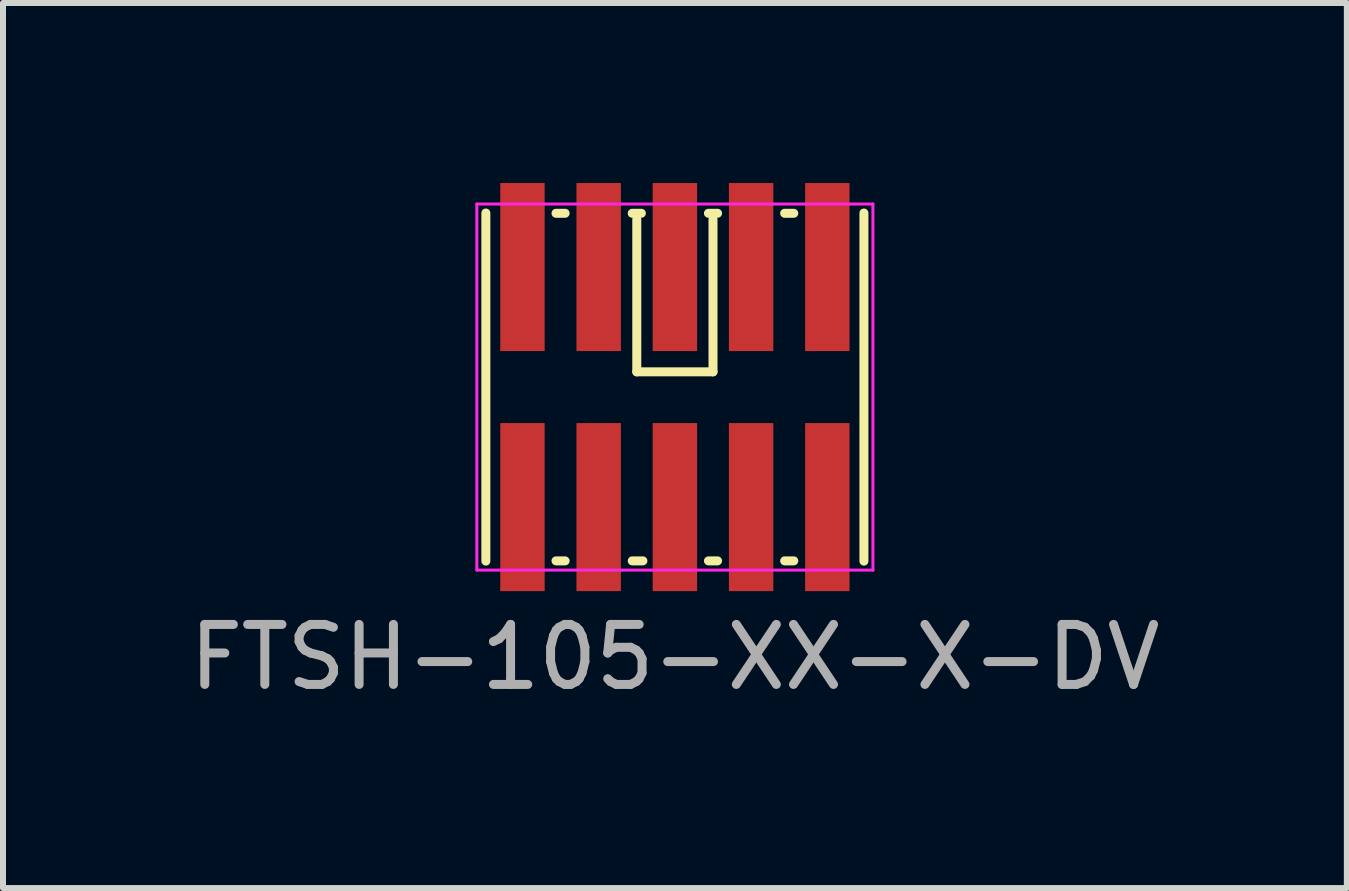
<source format=kicad_pcb>
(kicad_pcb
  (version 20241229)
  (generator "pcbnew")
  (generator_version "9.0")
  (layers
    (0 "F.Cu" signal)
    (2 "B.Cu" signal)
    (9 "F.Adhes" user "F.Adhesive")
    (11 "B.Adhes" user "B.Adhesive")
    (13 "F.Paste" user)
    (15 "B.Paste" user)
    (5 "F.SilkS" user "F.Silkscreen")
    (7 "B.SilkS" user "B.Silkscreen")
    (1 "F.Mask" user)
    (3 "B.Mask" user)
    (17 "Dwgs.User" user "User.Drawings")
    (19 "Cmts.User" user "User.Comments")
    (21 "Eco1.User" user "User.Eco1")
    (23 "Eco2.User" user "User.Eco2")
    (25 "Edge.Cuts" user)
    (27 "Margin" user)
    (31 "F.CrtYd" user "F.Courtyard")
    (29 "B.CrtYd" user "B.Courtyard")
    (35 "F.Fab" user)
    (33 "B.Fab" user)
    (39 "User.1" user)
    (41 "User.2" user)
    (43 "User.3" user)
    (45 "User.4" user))
  (footprint "FTSH-105-XX-X-DV"
    (layer "F.Cu")
    (at 8.196 3.4)
    (property "Reference" "FTSH-105-XX-X-DV" (at 0 4.5 0) (layer "F.Fab") (effects (font (size 1 1) (thickness 0.15))))
    (attr smd)
    (fp_line (start -3.15 2.9) (end -3.15 -2.9) (stroke (width 0.15) (type solid)) (layer "F.SilkS"))
    (fp_line (start -1.981 2.896) (end -1.829 2.896) (stroke (width 0.15) (type solid)) (layer "F.SilkS"))
    (fp_line (start -1.829 -2.896) (end -1.981 -2.896) (stroke (width 0.15) (type solid)) (layer "F.SilkS"))
    (fp_line (start -0.711 2.896) (end -0.533 2.896) (stroke (width 0.15) (type solid)) (layer "F.SilkS"))
    (fp_line (start -0.635 -0.254) (end -0.635 -2.794) (stroke (width 0.15) (type solid)) (layer "F.SilkS"))
    (fp_line (start -0.559 -2.896) (end -0.711 -2.896) (stroke (width 0.15) (type solid)) (layer "F.SilkS"))
    (fp_line (start 0.559 2.896) (end 0.711 2.896) (stroke (width 0.15) (type solid)) (layer "F.SilkS"))
    (fp_line (start 0.635 -2.794) (end 0.635 -0.254) (stroke (width 0.15) (type solid)) (layer "F.SilkS"))
    (fp_line (start 0.635 -0.254) (end -0.635 -0.254) (stroke (width 0.15) (type solid)) (layer "F.SilkS"))
    (fp_line (start 0.711 -2.896) (end 0.559 -2.896) (stroke (width 0.15) (type solid)) (layer "F.SilkS"))
    (fp_line (start 1.829 2.896) (end 1.981 2.896) (stroke (width 0.15) (type solid)) (layer "F.SilkS"))
    (fp_line (start 1.981 -2.896) (end 1.829 -2.896) (stroke (width 0.15) (type solid)) (layer "F.SilkS"))
    (fp_line (start 3.15 2.9) (end 3.15 -2.9) (stroke (width 0.15) (type solid)) (layer "F.SilkS"))
    (fp_line (start -3.3 -3.05) (end 3.3 -3.05) (stroke (width 0.05) (type solid)) (layer "F.CrtYd"))
    (fp_line (start -3.3 3.05) (end -3.3 -3.05) (stroke (width 0.05) (type solid)) (layer "F.CrtYd"))
    (fp_line (start 3.3 -3.05) (end 3.3 3.05) (stroke (width 0.05) (type solid)) (layer "F.CrtYd"))
    (fp_line (start 3.3 3.05) (end -3.3 3.05) (stroke (width 0.05) (type solid)) (layer "F.CrtYd"))
    (pad "1" smd rect (at 2.54 -2 180) (size 0.74 2.8) (layers "F.Cu" "F.Mask" "F.Paste"))
    (pad "2" smd rect (at 2.54 2 180) (size 0.74 2.8) (layers "F.Cu" "F.Mask" "F.Paste"))
    (pad "3" smd rect (at 1.27 -2 180) (size 0.74 2.8) (layers "F.Cu" "F.Mask" "F.Paste"))
    (pad "4" smd rect (at 1.27 2 180) (size 0.74 2.8) (layers "F.Cu" "F.Mask" "F.Paste"))
    (pad "5" smd rect (at 0 -2 180) (size 0.74 2.8) (layers "F.Cu" "F.Mask" "F.Paste"))
    (pad "6" smd rect (at 0 2 180) (size 0.74 2.8) (layers "F.Cu" "F.Mask" "F.Paste"))
    (pad "7" smd rect (at -1.27 -2 180) (size 0.74 2.8) (layers "F.Cu" "F.Mask" "F.Paste"))
    (pad "8" smd rect (at -1.27 2 180) (size 0.74 2.8) (layers "F.Cu" "F.Mask" "F.Paste"))
    (pad "9" smd rect (at -2.54 -2 180) (size 0.74 2.8) (layers "F.Cu" "F.Mask" "F.Paste"))
    (pad "10" smd rect (at -2.54 2 180) (size 0.74 2.8) (layers "F.Cu" "F.Mask" "F.Paste")))
  (gr_rect
    (start -3 -3)
    (end 19.393 11.748)
    (stroke (width 0.1) (type default))
    (fill no)
    (layer "Edge.Cuts")))
</source>
